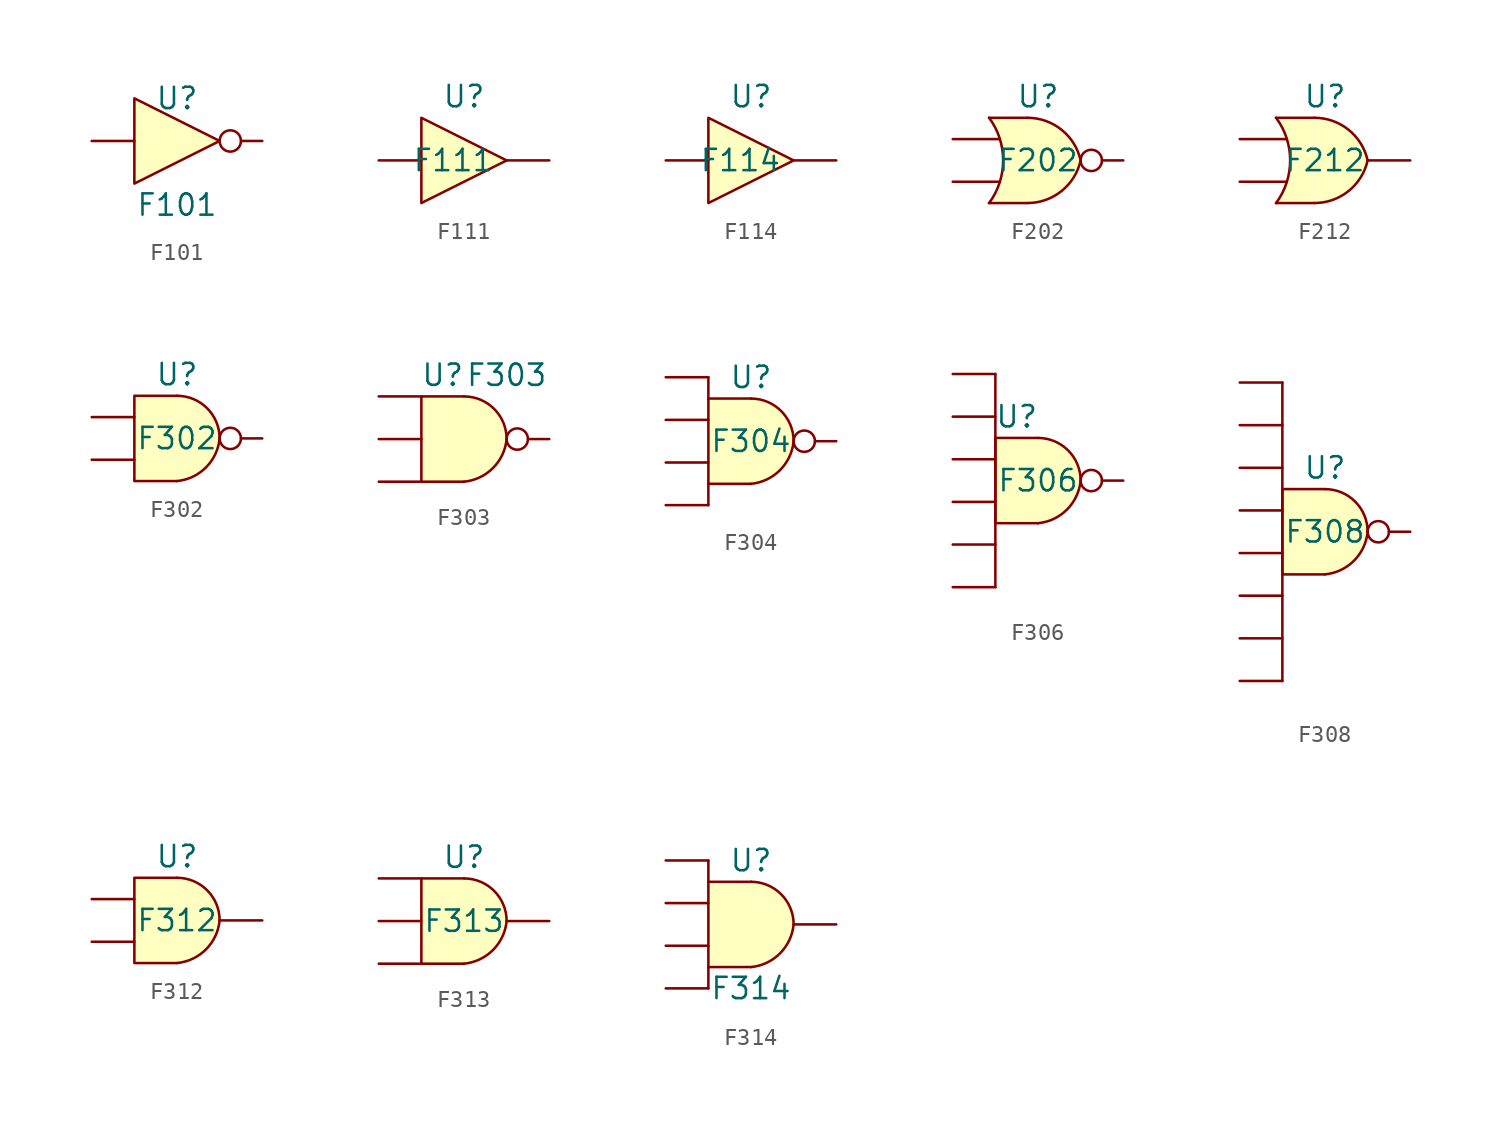
<source format=kicad_sym>
(kicad_symbol_lib
  (version 20231120)
  (generator "kicad_symbol_editor")
  (generator_version "8.0")
  (symbol "F101"
    (property "Reference" "U"
      (at 0 2.54 0)
      (effects (font (size 1.27 1.27))))
    (property "Value" "F101"
      (at 0 -3.81 0)
      (effects (font (size 1.27 1.27))))
    (symbol "F101_1_1"
      (polyline (pts (xy -2.54 2.54) (xy -2.54 -2.54) (xy 2.54 0) (xy -2.54 2.54)) (stroke (width 0) (type default)) (fill (type background)))
      (pin input line (at -5.08 0 0) (length 2.54) (name "" (effects (font (size 1.27 1.27)))) (number "1" (effects (font (size 0 0)))))
      (pin output inverted (at 5.08 0 180) (length 2.54) (name "" (effects (font (size 1.27 1.27)))) (number "2" (effects (font (size 0 0)))))))
  (symbol "F111"
    (property "Reference" "U"
      (at 0 3.81 0)
      (effects (font (size 1.27 1.27))))
    (property "Value" "F111"
      (at -0.635 0 0)
      (effects (font (size 1.27 1.27))))
    (symbol "F111_1_1"
      (polyline (pts (xy -2.54 2.54) (xy -2.54 -2.54) (xy 2.54 0) (xy -2.54 2.54)) (stroke (width 0) (type default)) (fill (type background)))
      (pin input line (at -5.08 0 0) (length 2.54) (name "" (effects (font (size 1.27 1.27)))) (number "1" (effects (font (size 0 0)))))
      (pin output line (at 5.08 0 180) (length 2.54) (name "" (effects (font (size 1.27 1.27)))) (number "2" (effects (font (size 0 0)))))))
  (symbol "F114"
    (property "Reference" "U"
      (at 0 3.81 0)
      (effects (font (size 1.27 1.27))))
    (property "Value" "F114"
      (at -0.635 0 0)
      (effects (font (size 1.27 1.27))))
    (symbol "F114_1_1"
      (polyline (pts (xy -2.54 2.54) (xy -2.54 -2.54) (xy 2.54 0) (xy -2.54 2.54)) (stroke (width 0) (type default)) (fill (type background)))
      (pin input line (at -5.08 0 0) (length 2.54) (name "" (effects (font (size 1.27 1.27)))) (number "1" (effects (font (size 0 0)))))
      (pin output line (at 5.08 0 180) (length 2.54) (name "" (effects (font (size 1.27 1.27)))) (number "2" (effects (font (size 0 0)))))))
  (symbol "F202"
    (property "Reference" "U"
      (at 0 3.81 0)
      (effects (font (size 1.27 1.27))))
    (property "Value" "F202"
      (at 0 0 0)
      (effects (font (size 1.27 1.27))))
    (symbol "F202_1_1"
      (arc (start -2.9127 -2.5398) (mid -2.0762 0.0001) (end -2.9129 2.54) (stroke (width 0) (type default)) (fill (type none)))
      (arc (start -0.635 -2.54) (mid 1.3992 -1.8283) (end 2.54 0) (stroke (width 0) (type default)) (fill (type background)))
      (polyline (pts (xy -0.635 -2.54) (xy -2.921 -2.54)) (stroke (width 0) (type default)) (fill (type outline)))
      (polyline (pts (xy -0.635 2.54) (xy -2.921 2.54)) (stroke (width 0) (type default)) (fill (type background)))
      (polyline (pts (xy -0.635 2.54) (xy -2.921 2.54) (xy -2.54 1.905) (xy -2.286 1.27) (xy -2.159 0.762) (xy -2.108 0.457) (xy -2.083 0.178) (xy -2.083 -0.127) (xy -2.134 -0.66) (xy -2.21 -1.016) (xy -2.311 -1.372) (xy -2.438 -1.676) (xy -2.616 -2.057) (xy -2.794 -2.337) (xy -2.921 -2.54) (xy -0.635 -2.54)) (stroke (width -0.0001) (type default)) (fill (type background)))
      (arc (start 2.54 0) (mid 1.3994 1.8287) (end -0.635 2.54) (stroke (width 0) (type default)) (fill (type background)))
      (pin input line (at -5.08 1.27 0) (length 2.794) (name "" (effects (font (size 1.27 1.27)))) (number "1" (effects (font (size 0 0)))))
      (pin input line (at -5.08 -1.27 0) (length 2.794) (name "" (effects (font (size 1.27 1.27)))) (number "2" (effects (font (size 0 0)))))
      (pin output inverted (at 5.08 0 180) (length 2.54) (name "" (effects (font (size 1.27 1.27)))) (number "3" (effects (font (size 0 0)))))))
  (symbol "F212"
    (property "Reference" "U"
      (at 0 3.81 0)
      (effects (font (size 1.27 1.27))))
    (property "Value" "F212"
      (at 0 0 0)
      (effects (font (size 1.27 1.27))))
    (symbol "F212_1_1"
      (arc (start -2.9127 -2.5398) (mid -2.0762 0.0001) (end -2.9129 2.54) (stroke (width 0) (type default)) (fill (type none)))
      (arc (start -0.635 -2.54) (mid 1.3992 -1.8283) (end 2.54 0) (stroke (width 0) (type default)) (fill (type background)))
      (polyline (pts (xy -0.635 -2.54) (xy -2.921 -2.54)) (stroke (width 0) (type default)) (fill (type outline)))
      (polyline (pts (xy -0.635 2.54) (xy -2.921 2.54)) (stroke (width 0) (type default)) (fill (type background)))
      (polyline (pts (xy -0.635 2.54) (xy -2.921 2.54) (xy -2.54 1.905) (xy -2.286 1.27) (xy -2.159 0.762) (xy -2.108 0.457) (xy -2.083 0.178) (xy -2.083 -0.127) (xy -2.134 -0.66) (xy -2.21 -1.016) (xy -2.311 -1.372) (xy -2.438 -1.676) (xy -2.616 -2.057) (xy -2.794 -2.337) (xy -2.921 -2.54) (xy -0.635 -2.54)) (stroke (width -0.0001) (type default)) (fill (type background)))
      (arc (start 2.54 0) (mid 1.3994 1.8287) (end -0.635 2.54) (stroke (width 0) (type default)) (fill (type background)))
      (pin input line (at -5.08 1.27 0) (length 2.794) (name "" (effects (font (size 1.27 1.27)))) (number "1" (effects (font (size 0 0)))))
      (pin input line (at -5.08 -1.27 0) (length 2.794) (name "" (effects (font (size 1.27 1.27)))) (number "2" (effects (font (size 0 0)))))
      (pin output line (at 5.08 0 180) (length 2.54) (name "" (effects (font (size 1.27 1.27)))) (number "3" (effects (font (size 0 0)))))))
  (symbol "F302"
    (property "Reference" "U"
      (at 0 3.81 0)
      (effects (font (size 1.27 1.27))))
    (property "Value" "F302"
      (at 0 0 0)
      (effects (font (size 1.27 1.27))))
    (symbol "F302_1_1"
      (arc (start 0 -2.54) (mid 1.7263 -1.7263) (end 2.54 0) (stroke (width 0) (type default)) (fill (type background)))
      (polyline (pts (xy 0 2.54) (xy -2.54 2.54) (xy -2.54 -2.54) (xy 0 -2.54)) (stroke (width 0) (type default)) (fill (type background)))
      (arc (start 2.54 0) (mid 1.7961 1.7961) (end 0 2.54) (stroke (width 0) (type default)) (fill (type background)))
      (pin input line (at -5.08 1.27 0) (length 2.54) (name "" (effects (font (size 1.27 1.27)))) (number "1" (effects (font (size 0 0)))))
      (pin input line (at -5.08 -1.27 0) (length 2.54) (name "" (effects (font (size 1.27 1.27)))) (number "2" (effects (font (size 0 0)))))
      (pin output inverted (at 5.08 0 180) (length 2.54) (name "" (effects (font (size 1.27 1.27)))) (number "3" (effects (font (size 0 0)))))))
  (symbol "F303"
    (property "Reference" "U"
      (at -1.27 3.81 0)
      (effects (font (size 1.27 1.27))))
    (property "Value" "F303"
      (at 2.54 3.81 0)
      (effects (font (size 1.27 1.27))))
    (symbol "F303_1_1"
      (arc (start 0 -2.54) (mid 1.7263 -1.7263) (end 2.54 0) (stroke (width 0) (type default)) (fill (type background)))
      (polyline (pts (xy 0 2.54) (xy -2.54 2.54) (xy -2.54 -2.54) (xy 0 -2.54)) (stroke (width 0) (type default)) (fill (type background)))
      (arc (start 2.54 0) (mid 1.7961 1.7961) (end 0 2.54) (stroke (width 0) (type default)) (fill (type background)))
      (pin input line (at -5.08 2.54 0) (length 2.54) (name "" (effects (font (size 1.27 1.27)))) (number "1" (effects (font (size 0 0)))))
      (pin input line (at -5.08 0 0) (length 2.54) (name "" (effects (font (size 1.27 1.27)))) (number "2" (effects (font (size 0 0)))))
      (pin input line (at -5.08 -2.54 0) (length 2.54) (name "" (effects (font (size 1.27 1.27)))) (number "3" (effects (font (size 0 0)))))
      (pin output inverted (at 5.08 0 180) (length 2.54) (name "" (effects (font (size 1.27 1.27)))) (number "4" (effects (font (size 0 0)))))))
  (symbol "F304"
    (property "Reference" "U"
      (at 1.27 3.81 0)
      (effects (font (size 1.27 1.27))))
    (property "Value" "F304"
      (at 1.27 0 0)
      (effects (font (size 1.27 1.27))))
    (symbol "F304_0_1"
      (polyline (pts (xy -1.27 -2.54) (xy -1.27 -3.81)) (stroke (width 0) (type default)) (fill (type none)))
      (polyline (pts (xy -1.27 2.54) (xy -1.27 3.81)) (stroke (width 0) (type default)) (fill (type none))))
    (symbol "F304_1_1"
      (polyline (pts (xy 1.27 2.54) (xy -1.27 2.54) (xy -1.27 -2.54) (xy 1.27 -2.54)) (stroke (width 0) (type default)) (fill (type background)))
      (arc (start 1.27 -2.54) (mid 2.9963 -1.7263) (end 3.81 0) (stroke (width 0) (type default)) (fill (type background)))
      (arc (start 3.81 0) (mid 3.0661 1.7961) (end 1.27 2.54) (stroke (width 0) (type default)) (fill (type background)))
      (pin input line (at -3.81 3.81 0) (length 2.54) (name "" (effects (font (size 1.27 1.27)))) (number "1" (effects (font (size 0 0)))))
      (pin input line (at -3.81 1.27 0) (length 2.54) (name "" (effects (font (size 1.27 1.27)))) (number "2" (effects (font (size 0 0)))))
      (pin input line (at -3.81 -1.27 0) (length 2.54) (name "" (effects (font (size 1.27 1.27)))) (number "3" (effects (font (size 0 0)))))
      (pin input line (at -3.81 -3.81 0) (length 2.54) (name "" (effects (font (size 1.27 1.27)))) (number "4" (effects (font (size 0 0)))))
      (pin output inverted (at 6.35 0 180) (length 2.54) (name "" (effects (font (size 1.27 1.27)))) (number "5" (effects (font (size 0 0)))))))
  (symbol "F306"
    (property "Reference" "U"
      (at 1.27 3.81 0)
      (effects (font (size 1.27 1.27))))
    (property "Value" "F306"
      (at 2.54 0 0)
      (effects (font (size 1.27 1.27))))
    (symbol "F306_0_1"
      (polyline (pts (xy 0 -6.35) (xy 0 6.35)) (stroke (width 0) (type default)) (fill (type none))))
    (symbol "F306_1_1"
      (polyline (pts (xy 2.54 2.54) (xy 0 2.54) (xy 0 -2.54) (xy 2.54 -2.54)) (stroke (width 0) (type default)) (fill (type background)))
      (arc (start 2.54 -2.54) (mid 4.2663 -1.7263) (end 5.08 0) (stroke (width 0) (type default)) (fill (type background)))
      (arc (start 5.08 0) (mid 4.3361 1.7961) (end 2.54 2.54) (stroke (width 0) (type default)) (fill (type background)))
      (pin input line (at -2.54 6.35 0) (length 2.54) (name "" (effects (font (size 1.27 1.27)))) (number "1" (effects (font (size 0 0)))))
      (pin input line (at -2.54 3.81 0) (length 2.54) (name "" (effects (font (size 1.27 1.27)))) (number "2" (effects (font (size 0 0)))))
      (pin input line (at -2.54 1.27 0) (length 2.54) (name "" (effects (font (size 1.27 1.27)))) (number "3" (effects (font (size 0 0)))))
      (pin input line (at -2.54 -1.27 0) (length 2.54) (name "" (effects (font (size 1.27 1.27)))) (number "4" (effects (font (size 0 0)))))
      (pin input line (at -2.54 -3.81 0) (length 2.54) (name "" (effects (font (size 1.27 1.27)))) (number "5" (effects (font (size 0 0)))))
      (pin input line (at -2.54 -6.35 0) (length 2.54) (name "" (effects (font (size 1.27 1.27)))) (number "6" (effects (font (size 0 0)))))
      (pin output inverted (at 7.62 0 180) (length 2.54) (name "" (effects (font (size 1.27 1.27)))) (number "7" (effects (font (size 0 0)))))))
  (symbol "F308"
    (property "Reference" "U"
      (at 2.54 3.81 0)
      (effects (font (size 1.27 1.27))))
    (property "Value" "F308"
      (at 2.54 0 0)
      (effects (font (size 1.27 1.27))))
    (symbol "F308_0_1"
      (polyline (pts (xy 0 -8.89) (xy 0 8.89)) (stroke (width 0) (type default)) (fill (type none))))
    (symbol "F308_1_1"
      (polyline (pts (xy 2.54 2.54) (xy 0 2.54) (xy 0 -2.54) (xy 2.54 -2.54)) (stroke (width 0) (type default)) (fill (type background)))
      (arc (start 2.54 -2.54) (mid 4.2663 -1.7263) (end 5.08 0) (stroke (width 0) (type default)) (fill (type background)))
      (arc (start 5.08 0) (mid 4.3361 1.7961) (end 2.54 2.54) (stroke (width 0) (type default)) (fill (type background)))
      (pin input line (at -2.54 8.89 0) (length 2.54) (name "" (effects (font (size 1.27 1.27)))) (number "1" (effects (font (size 0 0)))))
      (pin input line (at -2.54 6.35 0) (length 2.54) (name "" (effects (font (size 1.27 1.27)))) (number "2" (effects (font (size 0 0)))))
      (pin input line (at -2.54 3.81 0) (length 2.54) (name "" (effects (font (size 1.27 1.27)))) (number "3" (effects (font (size 0 0)))))
      (pin input line (at -2.54 1.27 0) (length 2.54) (name "" (effects (font (size 1.27 1.27)))) (number "4" (effects (font (size 0 0)))))
      (pin input line (at -2.54 -1.27 0) (length 2.54) (name "" (effects (font (size 1.27 1.27)))) (number "5" (effects (font (size 0 0)))))
      (pin input line (at -2.54 -3.81 0) (length 2.54) (name "" (effects (font (size 1.27 1.27)))) (number "6" (effects (font (size 0 0)))))
      (pin input line (at -2.54 -6.35 0) (length 2.54) (name "" (effects (font (size 1.27 1.27)))) (number "7" (effects (font (size 0 0)))))
      (pin input line (at -2.54 -8.89 0) (length 2.54) (name "" (effects (font (size 1.27 1.27)))) (number "8" (effects (font (size 0 0)))))
      (pin output inverted (at 7.62 0 180) (length 2.54) (name "" (effects (font (size 1.27 1.27)))) (number "9" (effects (font (size 0 0)))))))
  (symbol "F312"
    (property "Reference" "U"
      (at 0 3.81 0)
      (effects (font (size 1.27 1.27))))
    (property "Value" "F312"
      (at 0 0 0)
      (effects (font (size 1.27 1.27))))
    (symbol "F312_1_1"
      (arc (start 0 -2.54) (mid 1.7263 -1.7263) (end 2.54 0) (stroke (width 0) (type default)) (fill (type background)))
      (polyline (pts (xy 0 2.54) (xy -2.54 2.54) (xy -2.54 -2.54) (xy 0 -2.54)) (stroke (width 0) (type default)) (fill (type background)))
      (arc (start 2.54 0) (mid 1.7961 1.7961) (end 0 2.54) (stroke (width 0) (type default)) (fill (type background)))
      (pin input line (at -5.08 1.27 0) (length 2.54) (name "" (effects (font (size 1.27 1.27)))) (number "1" (effects (font (size 0 0)))))
      (pin input line (at -5.08 -1.27 0) (length 2.54) (name "" (effects (font (size 1.27 1.27)))) (number "2" (effects (font (size 0 0)))))
      (pin output line (at 5.08 0 180) (length 2.54) (name "" (effects (font (size 1.27 1.27)))) (number "3" (effects (font (size 0 0)))))))
  (symbol "F313"
    (property "Reference" "U"
      (at 0 3.81 0)
      (effects (font (size 1.27 1.27))))
    (property "Value" "F313"
      (at 0 0 0)
      (effects (font (size 1.27 1.27))))
    (symbol "F313_1_1"
      (arc (start 0 -2.54) (mid 1.7263 -1.7263) (end 2.54 0) (stroke (width 0) (type default)) (fill (type background)))
      (polyline (pts (xy 0 2.54) (xy -2.54 2.54) (xy -2.54 -2.54) (xy 0 -2.54)) (stroke (width 0) (type default)) (fill (type background)))
      (arc (start 2.54 0) (mid 1.7961 1.7961) (end 0 2.54) (stroke (width 0) (type default)) (fill (type background)))
      (pin input line (at -5.08 2.54 0) (length 2.54) (name "" (effects (font (size 1.27 1.27)))) (number "1" (effects (font (size 0 0)))))
      (pin input line (at -5.08 0 0) (length 2.54) (name "" (effects (font (size 1.27 1.27)))) (number "2" (effects (font (size 0 0)))))
      (pin input line (at -5.08 -2.54 0) (length 2.54) (name "" (effects (font (size 1.27 1.27)))) (number "3" (effects (font (size 0 0)))))
      (pin output line (at 5.08 0 180) (length 2.54) (name "" (effects (font (size 1.27 1.27)))) (number "4" (effects (font (size 0 0)))))))
  (symbol "F314"
    (property "Reference" "U"
      (at 0 3.81 0)
      (effects (font (size 1.27 1.27))))
    (property "Value" "F314"
      (at 0 -3.81 0)
      (effects (font (size 1.27 1.27))))
    (symbol "F314_0_1"
      (polyline (pts (xy -2.54 -2.54) (xy -2.54 -3.81)) (stroke (width 0) (type default)) (fill (type none)))
      (polyline (pts (xy -2.54 2.54) (xy -2.54 3.81)) (stroke (width 0) (type default)) (fill (type none))))
    (symbol "F314_1_1"
      (arc (start 0 -2.54) (mid 1.7263 -1.7263) (end 2.54 0) (stroke (width 0) (type default)) (fill (type background)))
      (polyline (pts (xy 0 2.54) (xy -2.54 2.54) (xy -2.54 -2.54) (xy 0 -2.54)) (stroke (width 0) (type default)) (fill (type background)))
      (arc (start 2.54 0) (mid 1.7961 1.7961) (end 0 2.54) (stroke (width 0) (type default)) (fill (type background)))
      (pin input line (at -5.08 3.81 0) (length 2.54) (name "" (effects (font (size 1.27 1.27)))) (number "1" (effects (font (size 0 0)))))
      (pin input line (at -5.08 1.27 0) (length 2.54) (name "" (effects (font (size 1.27 1.27)))) (number "2" (effects (font (size 0 0)))))
      (pin input line (at -5.08 -1.27 0) (length 2.54) (name "" (effects (font (size 1.27 1.27)))) (number "3" (effects (font (size 0 0)))))
      (pin input line (at -5.08 -3.81 0) (length 2.54) (name "" (effects (font (size 1.27 1.27)))) (number "4" (effects (font (size 0 0)))))
      (pin output line (at 5.08 0 180) (length 2.54) (name "" (effects (font (size 1.27 1.27)))) (number "5" (effects (font (size 0 0))))))))
</source>
